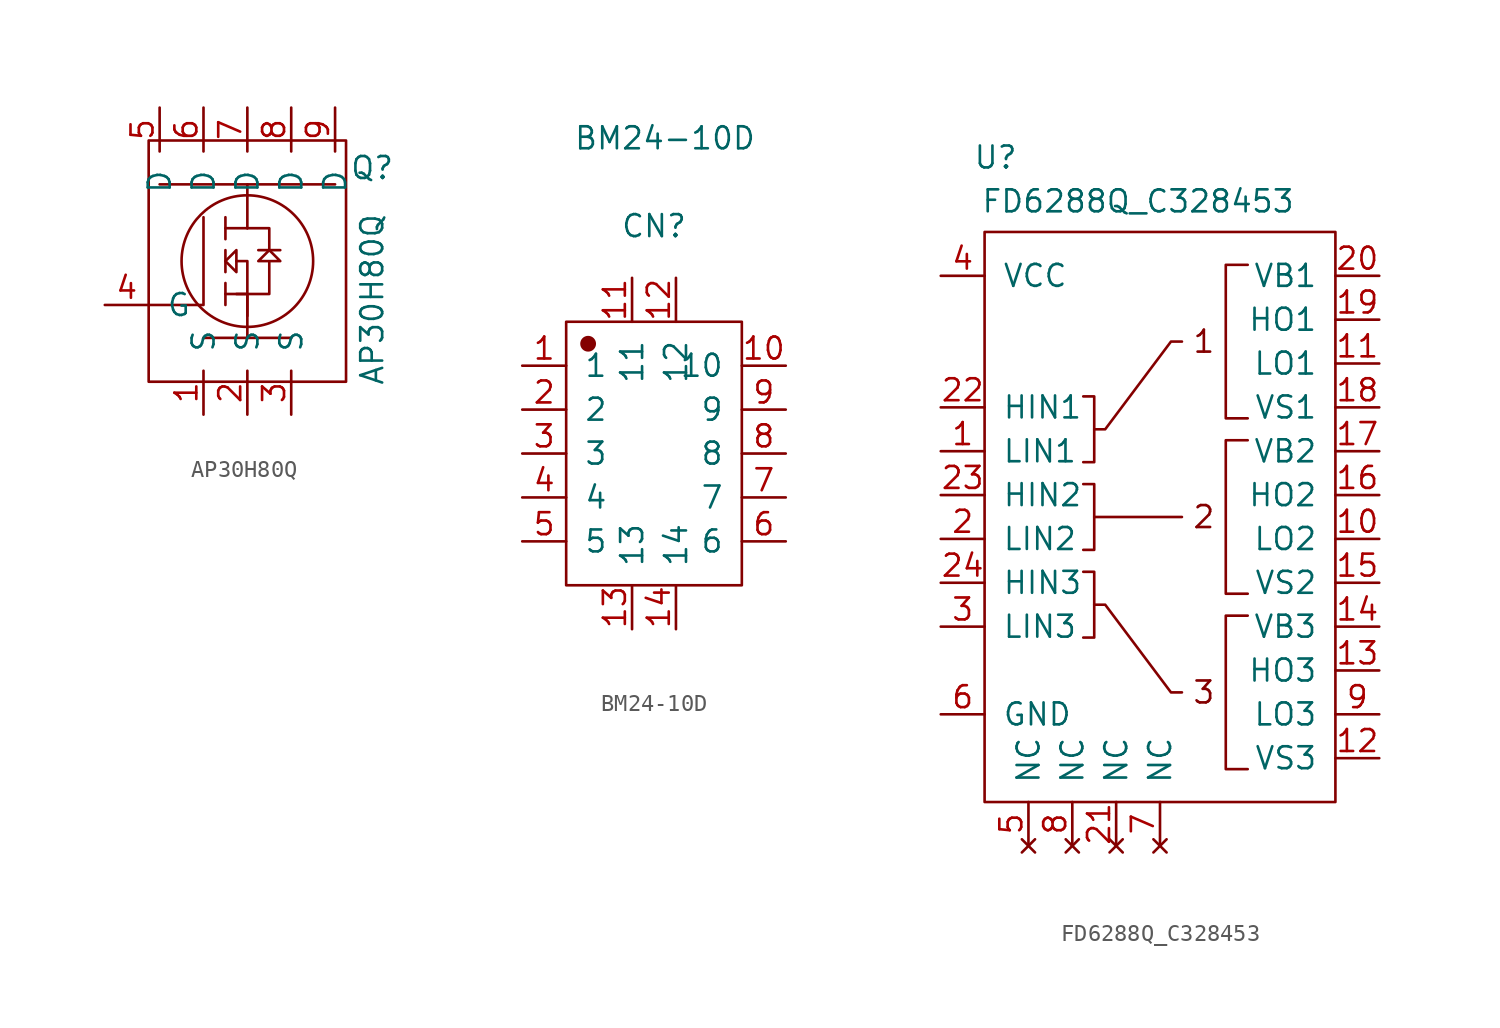
<source format=kicad_sym>
(kicad_symbol_lib
  (version 20231120)
  (generator "kicad_symbol_editor")
  (generator_version "8.0")
  (symbol "AP30H80Q"
    (pin_names
      (offset 1.016))
    (property "Reference" "Q"
      (at 7.226 5.397 0)
      (effects (font (size 1.27 1.27))))
    (property "Value" "AP30H80Q"
      (at 7.226 -2.223 90)
      (effects (font (size 1.27 1.27))))
    (symbol "AP30H80Q_0_1"
      (polyline (pts (xy -5.08 4.445) (xy 5.08 4.445)) (stroke (width 0) (type default)) (fill (type none)))
      (polyline (pts (xy -2.54 -4.445) (xy 2.54 -4.445)) (stroke (width 0) (type default)) (fill (type none)))
      (polyline (pts (xy -1.27 -1.27) (xy -1.27 -2.54)) (stroke (width 0) (type default)) (fill (type none)))
      (polyline (pts (xy -1.27 0.635) (xy -1.27 -0.635)) (stroke (width 0) (type default)) (fill (type none)))
      (polyline (pts (xy -1.27 2.54) (xy -1.27 1.27)) (stroke (width 0) (type default)) (fill (type none)))
      (polyline (pts (xy 0 -1.905) (xy 0 -4.445)) (stroke (width 0) (type default)) (fill (type none)))
      (polyline (pts (xy 0 1.905) (xy 0 4.445)) (stroke (width 0) (type default)) (fill (type none)))
      (polyline (pts (xy 0.635 0.635) (xy 1.905 0.635)) (stroke (width 0) (type default)) (fill (type none)))
      (polyline (pts (xy -0.635 0) (xy 0 0) (xy 0 -3.175)) (stroke (width 0) (type default)) (fill (type none)))
      (polyline (pts (xy 1.27 0.635) (xy 1.27 1.905) (xy 0 1.905)) (stroke (width 0) (type default)) (fill (type none)))
      (polyline (pts (xy -0.635 0.635) (xy -1.27 0) (xy -0.635 -0.635) (xy -0.635 0.635)) (stroke (width 0) (type default)) (fill (type none)))
      (polyline (pts (xy -5.715 -2.54) (xy -5.715 -2.54) (xy -5.715 -2.54) (xy -2.54 -2.54) (xy -2.54 2.54)) (stroke (width 0) (type default)) (fill (type none)))
      (polyline (pts (xy -0.635 -1.905) (xy 1.27 -1.905) (xy 1.27 0) (xy 0.635 0) (xy 1.27 0.635) (xy 1.905 0) (xy 1.27 0)) (stroke (width 0) (type default)) (fill (type none)))
      (circle (center 0 0) (radius 3.81) (stroke (width 0) (type default)) (fill (type none))))
    (symbol "AP30H80Q_1_1"
      (rectangle (start -5.715 6.985) (end 5.715 -6.985) (stroke (width 0) (type default)) (fill (type none)))
      (polyline (pts (xy -1.27 -1.905) (xy 0 -1.905)) (stroke (width 0) (type default)) (fill (type none)))
      (polyline (pts (xy -1.27 1.905) (xy 0 1.905)) (stroke (width 0) (type default)) (fill (type none)))
      (pin input line (at -2.54 -8.89 90) (length 2.54) (name "S" (effects (font (size 1.27 1.27)))) (number "1" (effects (font (size 1.27 1.27)))))
      (pin input line (at 0 -8.89 90) (length 2.54) (name "S" (effects (font (size 1.27 1.27)))) (number "2" (effects (font (size 1.27 1.27)))))
      (pin input line (at 2.54 -8.89 90) (length 2.54) (name "S" (effects (font (size 1.27 1.27)))) (number "3" (effects (font (size 1.27 1.27)))))
      (pin input line (at -8.255 -2.54 0) (length 2.54) (name "G" (effects (font (size 1.27 1.27)))) (number "4" (effects (font (size 1.27 1.27)))))
      (pin input line (at -5.08 8.89 270) (length 2.54) (name "D" (effects (font (size 1.27 1.27)))) (number "5" (effects (font (size 1.27 1.27)))))
      (pin input line (at -2.54 8.89 270) (length 2.54) (name "D" (effects (font (size 1.27 1.27)))) (number "6" (effects (font (size 1.27 1.27)))))
      (pin input line (at 0 8.89 270) (length 2.54) (name "D" (effects (font (size 1.27 1.27)))) (number "7" (effects (font (size 1.27 1.27)))))
      (pin input line (at 2.54 8.89 270) (length 2.54) (name "D" (effects (font (size 1.27 1.27)))) (number "8" (effects (font (size 1.27 1.27)))))
      (pin input line (at 5.08 8.89 270) (length 2.54) (name "D" (effects (font (size 1.27 1.27)))) (number "9" (effects (font (size 1.27 1.27)))))))
  (symbol "BM24-10D"
    (pin_names
      (offset 1.016))
    (property "Reference" "CN"
      (at 0 13.157 0)
      (effects (font (size 1.27 1.27))))
    (property "Value" "BM24-10D"
      (at 0.635 18.237 0)
      (effects (font (size 1.27 1.27))))
    (symbol "BM24-10D_1_1"
      (rectangle (start -5.08 7.62) (end 5.08 -7.62) (stroke (width 0.152) (type solid)) (fill (type none)))
      (circle (center -3.81 6.35) (radius 0.381) (stroke (width 0.152) (type solid)) (fill (type outline)))
      (pin input line (at -7.62 5.08 0) (length 2.54) (name "1" (effects (font (size 1.27 1.27)))) (number "1" (effects (font (size 1.27 1.27)))))
      (pin input line (at 7.62 5.08 180) (length 2.54) (name "10" (effects (font (size 1.27 1.27)))) (number "10" (effects (font (size 1.27 1.27)))))
      (pin input line (at -1.27 10.16 270) (length 2.54) (name "11" (effects (font (size 1.27 1.27)))) (number "11" (effects (font (size 1.27 1.27)))))
      (pin input line (at 1.27 10.16 270) (length 2.54) (name "12" (effects (font (size 1.27 1.27)))) (number "12" (effects (font (size 1.27 1.27)))))
      (pin input line (at -1.27 -10.16 90) (length 2.54) (name "13" (effects (font (size 1.27 1.27)))) (number "13" (effects (font (size 1.27 1.27)))))
      (pin input line (at 1.27 -10.16 90) (length 2.54) (name "14" (effects (font (size 1.27 1.27)))) (number "14" (effects (font (size 1.27 1.27)))))
      (pin input line (at -7.62 2.54 0) (length 2.54) (name "2" (effects (font (size 1.27 1.27)))) (number "2" (effects (font (size 1.27 1.27)))))
      (pin input line (at -7.62 0 0) (length 2.54) (name "3" (effects (font (size 1.27 1.27)))) (number "3" (effects (font (size 1.27 1.27)))))
      (pin input line (at -7.62 -2.54 0) (length 2.54) (name "4" (effects (font (size 1.27 1.27)))) (number "4" (effects (font (size 1.27 1.27)))))
      (pin input line (at -7.62 -5.08 0) (length 2.54) (name "5" (effects (font (size 1.27 1.27)))) (number "5" (effects (font (size 1.27 1.27)))))
      (pin input line (at 7.62 -5.08 180) (length 2.54) (name "6" (effects (font (size 1.27 1.27)))) (number "6" (effects (font (size 1.27 1.27)))))
      (pin input line (at 7.62 -2.54 180) (length 2.54) (name "7" (effects (font (size 1.27 1.27)))) (number "7" (effects (font (size 1.27 1.27)))))
      (pin input line (at 7.62 0 180) (length 2.54) (name "8" (effects (font (size 1.27 1.27)))) (number "8" (effects (font (size 1.27 1.27)))))
      (pin input line (at 7.62 2.54 180) (length 2.54) (name "9" (effects (font (size 1.27 1.27)))) (number "9" (effects (font (size 1.27 1.27)))))))
  (symbol "FD6288Q_C328453"
    (pin_names
      (offset 1.016))
    (property "Reference" "U"
      (at -9.525 20.828 0)
      (effects (font (size 1.27 1.27))))
    (property "Value" "FD6288Q_C328453"
      (at -1.27 18.288 0)
      (effects (font (size 1.27 1.27))))
    (symbol "FD6288Q_C328453_0_1"
      (rectangle (start -10.16 16.51) (end 10.16 -16.51) (stroke (width 0) (type default)) (fill (type none)))
      (polyline (pts (xy 5.08 -14.605) (xy 3.81 -14.605) (xy 3.81 -5.715) (xy 5.08 -5.715)) (stroke (width 0) (type default)) (fill (type none)))
      (polyline (pts (xy 5.08 -4.445) (xy 3.81 -4.445) (xy 3.81 4.445) (xy 5.08 4.445)) (stroke (width 0) (type default)) (fill (type none)))
      (polyline (pts (xy 5.08 5.715) (xy 3.81 5.715) (xy 3.81 14.605) (xy 5.08 14.605)) (stroke (width 0) (type default)) (fill (type none))))
    (symbol "FD6288Q_C328453_1_1"
      (polyline (pts (xy -3.81 0) (xy 1.27 0)) (stroke (width 0) (type default)) (fill (type none)))
      (polyline (pts (xy -4.445 -6.985) (xy -3.81 -6.985) (xy -3.81 -3.175) (xy -4.445 -3.175)) (stroke (width 0) (type default)) (fill (type none)))
      (polyline (pts (xy -4.445 -1.905) (xy -3.81 -1.905) (xy -3.81 1.905) (xy -4.445 1.905)) (stroke (width 0) (type default)) (fill (type none)))
      (polyline (pts (xy -4.445 3.175) (xy -3.81 3.175) (xy -3.81 6.985) (xy -4.445 6.985)) (stroke (width 0) (type default)) (fill (type none)))
      (polyline (pts (xy -3.81 -5.08) (xy -3.175 -5.08) (xy 0.635 -10.16) (xy 1.27 -10.16)) (stroke (width 0) (type default)) (fill (type none)))
      (polyline (pts (xy -3.81 5.08) (xy -3.175 5.08) (xy 0.635 10.16) (xy 1.27 10.16)) (stroke (width 0) (type default)) (fill (type none)))
      (text "1" (at 2.54 10.16 0) (effects (font (size 1.27 1.27))))
      (text "2" (at 2.54 0 0) (effects (font (size 1.27 1.27))))
      (text "3" (at 2.54 -10.16 0) (effects (font (size 1.27 1.27))))
      (pin input line (at -12.7 3.81 0) (length 2.54) (name "LIN1" (effects (font (size 1.27 1.27)))) (number "1" (effects (font (size 1.27 1.27)))))
      (pin output line (at 12.7 -1.27 180) (length 2.54) (name "LO2" (effects (font (size 1.27 1.27)))) (number "10" (effects (font (size 1.27 1.27)))))
      (pin output line (at 12.7 8.89 180) (length 2.54) (name "LO1" (effects (font (size 1.27 1.27)))) (number "11" (effects (font (size 1.27 1.27)))))
      (pin input line (at 12.7 -13.97 180) (length 2.54) (name "VS3" (effects (font (size 1.27 1.27)))) (number "12" (effects (font (size 1.27 1.27)))))
      (pin output line (at 12.7 -8.89 180) (length 2.54) (name "HO3" (effects (font (size 1.27 1.27)))) (number "13" (effects (font (size 1.27 1.27)))))
      (pin input line (at 12.7 -6.35 180) (length 2.54) (name "VB3" (effects (font (size 1.27 1.27)))) (number "14" (effects (font (size 1.27 1.27)))))
      (pin input line (at 12.7 -3.81 180) (length 2.54) (name "VS2" (effects (font (size 1.27 1.27)))) (number "15" (effects (font (size 1.27 1.27)))))
      (pin output line (at 12.7 1.27 180) (length 2.54) (name "HO2" (effects (font (size 1.27 1.27)))) (number "16" (effects (font (size 1.27 1.27)))))
      (pin input line (at 12.7 3.81 180) (length 2.54) (name "VB2" (effects (font (size 1.27 1.27)))) (number "17" (effects (font (size 1.27 1.27)))))
      (pin input line (at 12.7 6.35 180) (length 2.54) (name "VS1" (effects (font (size 1.27 1.27)))) (number "18" (effects (font (size 1.27 1.27)))))
      (pin output line (at 12.7 11.43 180) (length 2.54) (name "HO1" (effects (font (size 1.27 1.27)))) (number "19" (effects (font (size 1.27 1.27)))))
      (pin input line (at -12.7 -1.27 0) (length 2.54) (name "LIN2" (effects (font (size 1.27 1.27)))) (number "2" (effects (font (size 1.27 1.27)))))
      (pin input line (at 12.7 13.97 180) (length 2.54) (name "VB1" (effects (font (size 1.27 1.27)))) (number "20" (effects (font (size 1.27 1.27)))))
      (pin no_connect line (at -2.54 -19.05 90) (length 2.54) (name "NC" (effects (font (size 1.27 1.27)))) (number "21" (effects (font (size 1.27 1.27)))))
      (pin input line (at -12.7 6.35 0) (length 2.54) (name "HIN1" (effects (font (size 1.27 1.27)))) (number "22" (effects (font (size 1.27 1.27)))))
      (pin input line (at -12.7 1.27 0) (length 2.54) (name "HIN2" (effects (font (size 1.27 1.27)))) (number "23" (effects (font (size 1.27 1.27)))))
      (pin input line (at -12.7 -3.81 0) (length 2.54) (name "HIN3" (effects (font (size 1.27 1.27)))) (number "24" (effects (font (size 1.27 1.27)))))
      (pin input line (at -12.7 -6.35 0) (length 2.54) (name "LIN3" (effects (font (size 1.27 1.27)))) (number "3" (effects (font (size 1.27 1.27)))))
      (pin power_in line (at -12.7 13.97 0) (length 2.54) (name "VCC" (effects (font (size 1.27 1.27)))) (number "4" (effects (font (size 1.27 1.27)))))
      (pin no_connect line (at -7.62 -19.05 90) (length 2.54) (name "NC" (effects (font (size 1.27 1.27)))) (number "5" (effects (font (size 1.27 1.27)))))
      (pin power_in line (at -12.7 -11.43 0) (length 2.54) (name "GND" (effects (font (size 1.27 1.27)))) (number "6" (effects (font (size 1.27 1.27)))))
      (pin no_connect line (at 0 -19.05 90) (length 2.54) (name "NC" (effects (font (size 1.27 1.27)))) (number "7" (effects (font (size 1.27 1.27)))))
      (pin no_connect line (at -5.08 -19.05 90) (length 2.54) (name "NC" (effects (font (size 1.27 1.27)))) (number "8" (effects (font (size 1.27 1.27)))))
      (pin output line (at 12.7 -11.43 180) (length 2.54) (name "LO3" (effects (font (size 1.27 1.27)))) (number "9" (effects (font (size 1.27 1.27))))))))
</source>
